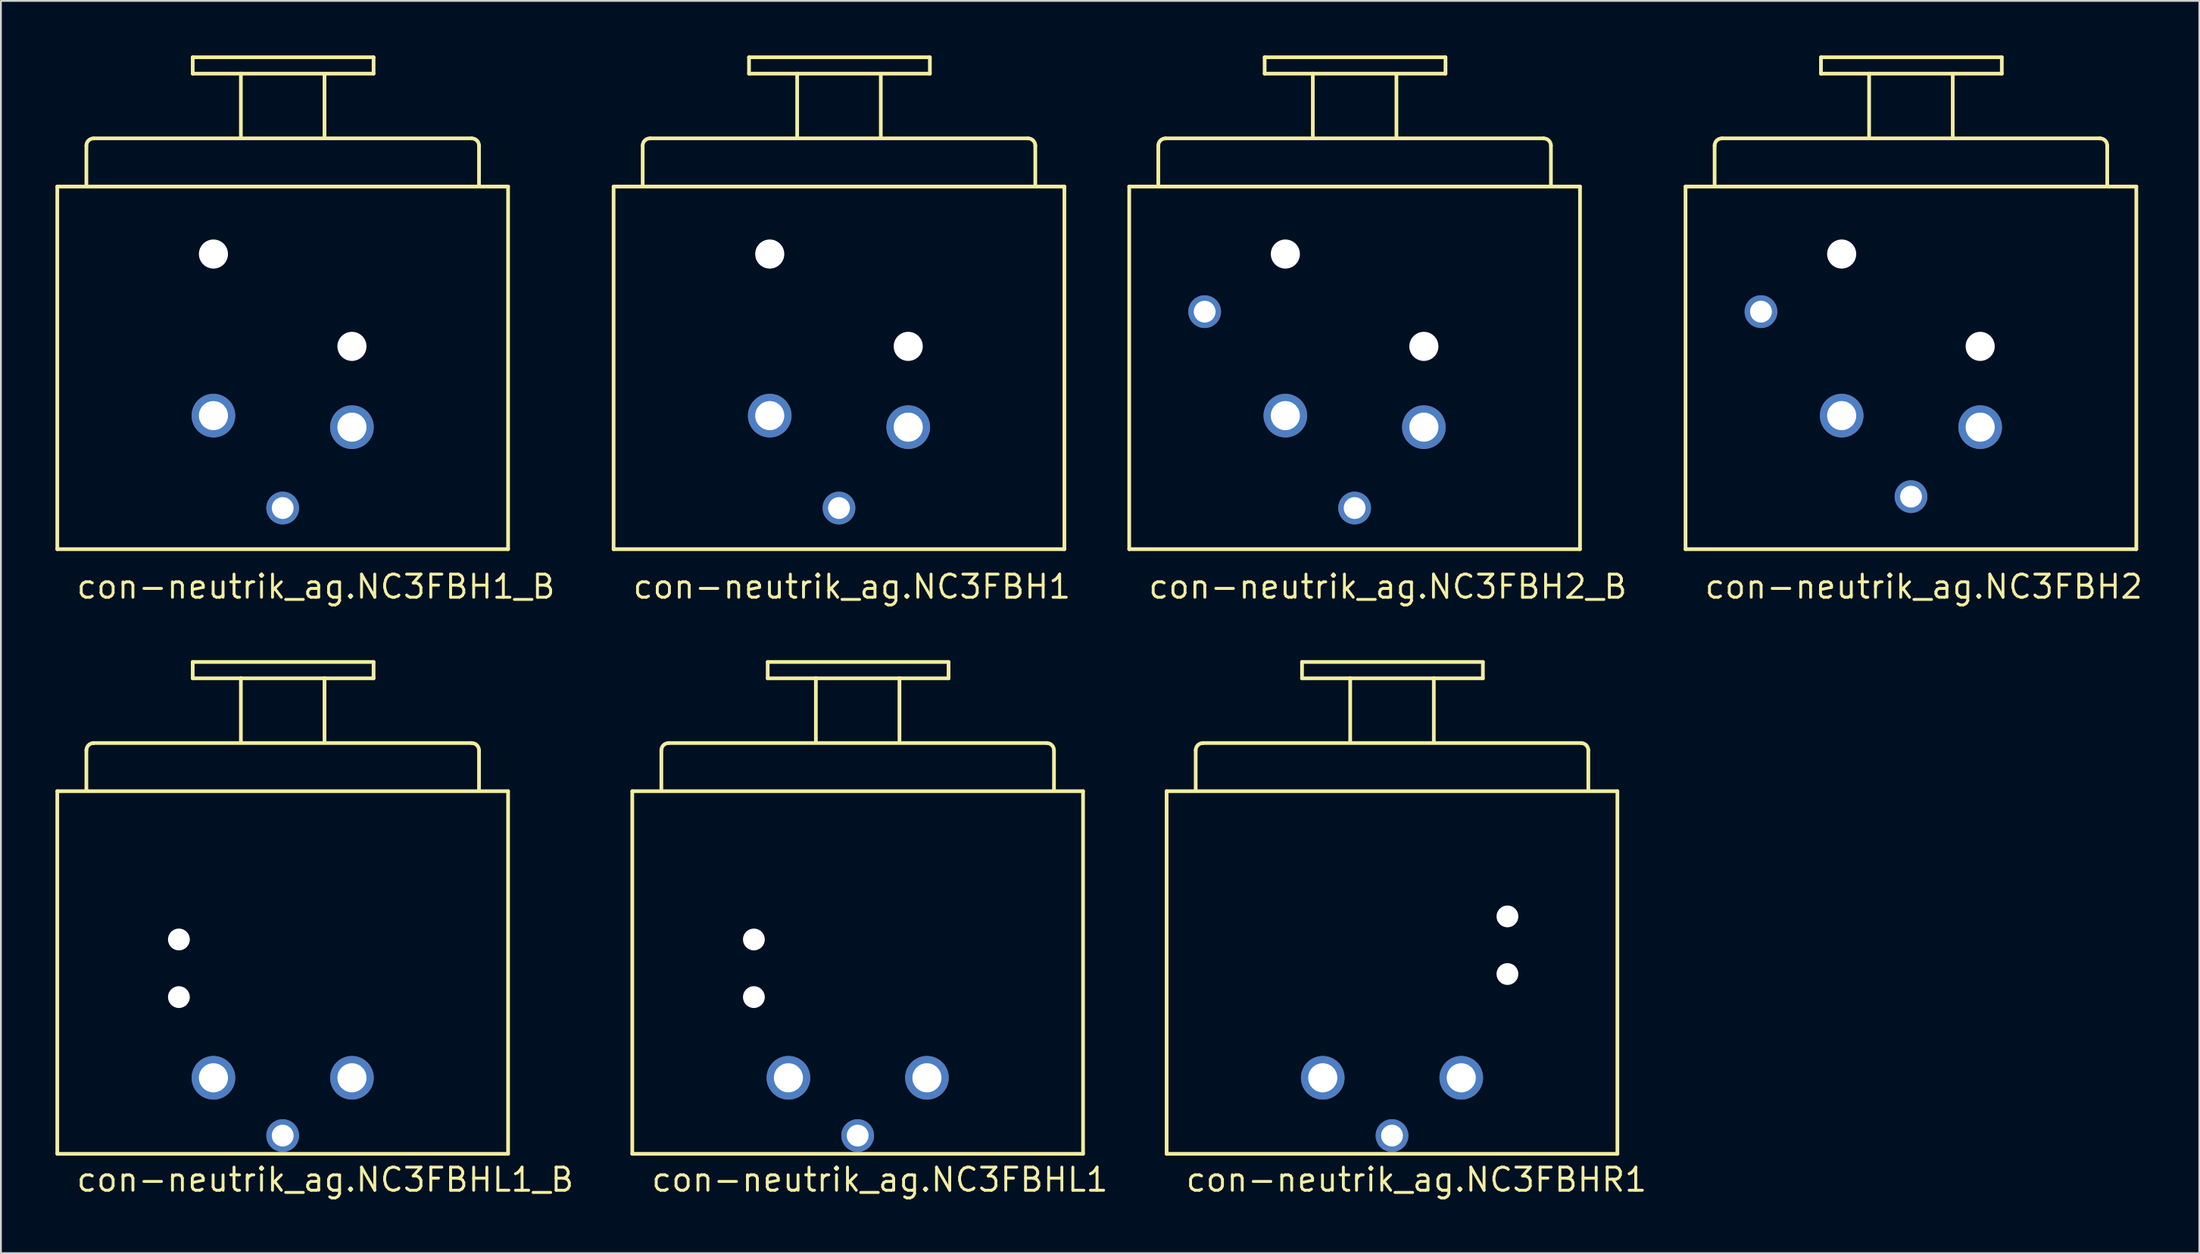
<source format=kicad_pcb>
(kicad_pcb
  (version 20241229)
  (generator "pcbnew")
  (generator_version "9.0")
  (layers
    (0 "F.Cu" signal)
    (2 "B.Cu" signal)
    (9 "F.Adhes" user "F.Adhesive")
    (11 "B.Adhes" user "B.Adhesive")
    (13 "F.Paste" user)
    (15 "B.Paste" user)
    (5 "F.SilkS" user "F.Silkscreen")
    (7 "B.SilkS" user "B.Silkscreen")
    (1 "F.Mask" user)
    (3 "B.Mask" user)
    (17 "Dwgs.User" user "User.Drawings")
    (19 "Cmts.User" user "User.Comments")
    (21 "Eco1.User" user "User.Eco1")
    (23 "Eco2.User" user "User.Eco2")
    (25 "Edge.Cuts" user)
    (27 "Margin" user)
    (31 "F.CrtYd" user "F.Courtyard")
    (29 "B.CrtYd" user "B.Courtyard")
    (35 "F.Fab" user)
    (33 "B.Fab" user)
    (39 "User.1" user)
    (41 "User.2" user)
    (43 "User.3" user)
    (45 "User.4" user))
  (footprint "con-neutrik_ag.NC3FBH2_B"
    (layer "F.Cu")
    (at 71.473 20.452)
    (property "Reference" "con-neutrik_ag.NC3FBH2_B" (at -11.43 9.52 0) (layer "F.SilkS") (effects (font (size 1.27 1.27) (thickness 0.16)) (justify left bottom)))
    (attr through_hole)
    (fp_line (start -12.4 -13.239) (end 12.4 -13.239) (stroke (width 0.203) (type default)) (layer "F.SilkS"))
    (fp_line (start -12.4 6.712) (end -12.4 -13.239) (stroke (width 0.203) (type default)) (layer "F.SilkS"))
    (fp_line (start -10.8 -13.338) (end -10.8 -15.489) (stroke (width 0.203) (type default)) (layer "F.SilkS"))
    (fp_line (start -10.4 -15.889) (end 10.4 -15.889) (stroke (width 0.203) (type default)) (layer "F.SilkS"))
    (fp_line (start -4.95 -20.35) (end 5 -20.35) (stroke (width 0.203) (type default)) (layer "F.SilkS"))
    (fp_line (start -4.95 -19.45) (end -4.95 -20.35) (stroke (width 0.203) (type default)) (layer "F.SilkS"))
    (fp_line (start -2.3 -19.45) (end -4.95 -19.45) (stroke (width 0.203) (type default)) (layer "F.SilkS"))
    (fp_line (start -2.3 -19.45) (end 2.25 -19.45) (stroke (width 0.203) (type default)) (layer "F.SilkS"))
    (fp_line (start -2.3 -16) (end -2.3 -19.45) (stroke (width 0.203) (type default)) (layer "F.SilkS"))
    (fp_line (start 2.3 -19.45) (end 2.3 -16) (stroke (width 0.203) (type default)) (layer "F.SilkS"))
    (fp_line (start 5 -20.35) (end 5 -19.45) (stroke (width 0.203) (type default)) (layer "F.SilkS"))
    (fp_line (start 5 -19.45) (end 2.3 -19.45) (stroke (width 0.203) (type default)) (layer "F.SilkS"))
    (fp_line (start 10.8 -15.489) (end 10.8 -13.338) (stroke (width 0.203) (type default)) (layer "F.SilkS"))
    (fp_line (start 12.4 -13.239) (end 12.4 6.712) (stroke (width 0.203) (type default)) (layer "F.SilkS"))
    (fp_line (start 12.4 6.712) (end -12.4 6.712) (stroke (width 0.203) (type default)) (layer "F.SilkS"))
    (fp_arc (start -10.8 -15.4885) (mid -10.682843 -15.771343) (end -10.4 -15.8885) (stroke (width 0.2032) (type default)) (layer "F.SilkS"))
    (fp_arc (start 10.4 -15.8885) (mid 10.682843 -15.771343) (end 10.8 -15.4885) (stroke (width 0.2032) (type default)) (layer "F.SilkS"))
    (pad "" np_thru_hole circle (at -3.81 -9.525) (size 1.6 1.6) (drill 1.6) (layers "*.Cu" "*.Mask"))
    (pad "" np_thru_hole circle (at 3.81 -4.445) (size 1.6 1.6) (drill 1.6) (layers "*.Cu" "*.Mask"))
    (pad "1" thru_hole circle (at -3.81 -0.635) (size 2.4 2.4) (drill 1.6) (layers "*.Cu" "*.Mask"))
    (pad "2" thru_hole circle (at 3.81 0) (size 2.4 2.4) (drill 1.6) (layers "*.Cu" "*.Mask"))
    (pad "3" thru_hole circle (at 0 4.45) (size 1.8 1.8) (drill 1.2) (layers "*.Cu" "*.Mask"))
    (pad "G" thru_hole circle (at -8.25 -6.355) (size 1.8 1.8) (drill 1.2) (layers "*.Cu" "*.Mask")))
  (footprint "con-neutrik_ag.NC3FBH2"
    (layer "F.Cu")
    (at 102.078 20.452)
    (property "Reference" "con-neutrik_ag.NC3FBH2" (at -11.43 9.52 0) (layer "F.SilkS") (effects (font (size 1.27 1.27) (thickness 0.16)) (justify left bottom)))
    (attr through_hole)
    (fp_line (start -12.4 -13.239) (end 12.4 -13.239) (stroke (width 0.203) (type default)) (layer "F.SilkS"))
    (fp_line (start -12.4 6.712) (end -12.4 -13.239) (stroke (width 0.203) (type default)) (layer "F.SilkS"))
    (fp_line (start -10.8 -13.338) (end -10.8 -15.489) (stroke (width 0.203) (type default)) (layer "F.SilkS"))
    (fp_line (start -10.4 -15.889) (end 10.4 -15.889) (stroke (width 0.203) (type default)) (layer "F.SilkS"))
    (fp_line (start -4.95 -20.35) (end 5 -20.35) (stroke (width 0.203) (type default)) (layer "F.SilkS"))
    (fp_line (start -4.95 -19.45) (end -4.95 -20.35) (stroke (width 0.203) (type default)) (layer "F.SilkS"))
    (fp_line (start -2.3 -19.45) (end -4.95 -19.45) (stroke (width 0.203) (type default)) (layer "F.SilkS"))
    (fp_line (start -2.3 -19.45) (end 2.25 -19.45) (stroke (width 0.203) (type default)) (layer "F.SilkS"))
    (fp_line (start -2.3 -16) (end -2.3 -19.45) (stroke (width 0.203) (type default)) (layer "F.SilkS"))
    (fp_line (start 2.3 -19.45) (end 2.3 -16) (stroke (width 0.203) (type default)) (layer "F.SilkS"))
    (fp_line (start 5 -20.35) (end 5 -19.45) (stroke (width 0.203) (type default)) (layer "F.SilkS"))
    (fp_line (start 5 -19.45) (end 2.3 -19.45) (stroke (width 0.203) (type default)) (layer "F.SilkS"))
    (fp_line (start 10.8 -15.489) (end 10.8 -13.338) (stroke (width 0.203) (type default)) (layer "F.SilkS"))
    (fp_line (start 12.4 -13.239) (end 12.4 6.712) (stroke (width 0.203) (type default)) (layer "F.SilkS"))
    (fp_line (start 12.4 6.712) (end -12.4 6.712) (stroke (width 0.203) (type default)) (layer "F.SilkS"))
    (fp_arc (start -10.8 -15.4885) (mid -10.682843 -15.771343) (end -10.4 -15.8885) (stroke (width 0.2032) (type default)) (layer "F.SilkS"))
    (fp_arc (start 10.4 -15.8885) (mid 10.682843 -15.771343) (end 10.8 -15.4885) (stroke (width 0.2032) (type default)) (layer "F.SilkS"))
    (pad "" np_thru_hole circle (at -3.81 -9.525) (size 1.6 1.6) (drill 1.6) (layers "*.Cu" "*.Mask"))
    (pad "" np_thru_hole circle (at 3.81 -4.445) (size 1.6 1.6) (drill 1.6) (layers "*.Cu" "*.Mask"))
    (pad "1" thru_hole circle (at -3.81 -0.635) (size 2.4 2.4) (drill 1.6) (layers "*.Cu" "*.Mask"))
    (pad "2" thru_hole circle (at 3.81 0) (size 2.4 2.4) (drill 1.6) (layers "*.Cu" "*.Mask"))
    (pad "3" thru_hole circle (at 0.004 3.822) (size 1.8 1.8) (drill 1.2) (layers "*.Cu" "*.Mask"))
    (pad "G" thru_hole circle (at -8.25 -6.355) (size 1.8 1.8) (drill 1.2) (layers "*.Cu" "*.Mask")))
  (footprint "con-neutrik_ag.NC3FBHL1_B"
    (layer "F.Cu")
    (at 12.502 59.429)
    (property "Reference" "con-neutrik_ag.NC3FBHL1_B" (at -11.43 3.17 0) (layer "F.SilkS") (effects (font (size 1.27 1.27) (thickness 0.16)) (justify left bottom)))
    (attr through_hole)
    (fp_line (start -12.4 -18.947) (end 12.4 -18.947) (stroke (width 0.203) (type default)) (layer "F.SilkS"))
    (fp_line (start -12.4 1.003) (end -12.4 -18.947) (stroke (width 0.203) (type default)) (layer "F.SilkS"))
    (fp_line (start -10.8 -19.047) (end -10.8 -21.197) (stroke (width 0.203) (type default)) (layer "F.SilkS"))
    (fp_line (start -10.4 -21.597) (end 10.4 -21.597) (stroke (width 0.203) (type default)) (layer "F.SilkS"))
    (fp_line (start -4.95 -26.058) (end 5 -26.058) (stroke (width 0.203) (type default)) (layer "F.SilkS"))
    (fp_line (start -4.95 -25.158) (end -4.95 -26.058) (stroke (width 0.203) (type default)) (layer "F.SilkS"))
    (fp_line (start -2.3 -25.158) (end -4.95 -25.158) (stroke (width 0.203) (type default)) (layer "F.SilkS"))
    (fp_line (start -2.3 -25.158) (end 2.25 -25.158) (stroke (width 0.203) (type default)) (layer "F.SilkS"))
    (fp_line (start -2.3 -21.708) (end -2.3 -25.158) (stroke (width 0.203) (type default)) (layer "F.SilkS"))
    (fp_line (start 2.3 -25.158) (end 2.3 -21.708) (stroke (width 0.203) (type default)) (layer "F.SilkS"))
    (fp_line (start 5 -26.058) (end 5 -25.158) (stroke (width 0.203) (type default)) (layer "F.SilkS"))
    (fp_line (start 5 -25.158) (end 2.3 -25.158) (stroke (width 0.203) (type default)) (layer "F.SilkS"))
    (fp_line (start 10.8 -21.197) (end 10.8 -19.047) (stroke (width 0.203) (type default)) (layer "F.SilkS"))
    (fp_line (start 12.4 -18.947) (end 12.4 1.003) (stroke (width 0.203) (type default)) (layer "F.SilkS"))
    (fp_line (start 12.4 1.003) (end -12.4 1.003) (stroke (width 0.203) (type default)) (layer "F.SilkS"))
    (fp_arc (start -10.8 -21.1969) (mid -10.682843 -21.479743) (end -10.4 -21.5969) (stroke (width 0.2032) (type default)) (layer "F.SilkS"))
    (fp_arc (start 10.4 -21.5969) (mid 10.682843 -21.479743) (end 10.8 -21.1969) (stroke (width 0.2032) (type default)) (layer "F.SilkS"))
    (pad "" np_thru_hole circle (at -5.71 -10.79) (size 1.2 1.2) (drill 1.2) (layers "*.Cu" "*.Mask"))
    (pad "" np_thru_hole circle (at -5.71 -7.62) (size 1.2 1.2) (drill 1.2) (layers "*.Cu" "*.Mask"))
    (pad "1+G" thru_hole circle (at 3.81 -3.18) (size 2.4 2.4) (drill 1.6) (layers "*.Cu" "*.Mask"))
    (pad "2" thru_hole circle (at 0 0) (size 1.8 1.8) (drill 1.2) (layers "*.Cu" "*.Mask"))
    (pad "3" thru_hole circle (at -3.81 -3.18) (size 2.4 2.4) (drill 1.6) (layers "*.Cu" "*.Mask")))
  (footprint "con-neutrik_ag.NC3FBHR1"
    (layer "F.Cu")
    (at 73.53 59.429)
    (property "Reference" "con-neutrik_ag.NC3FBHR1" (at -11.43 3.17 0) (layer "F.SilkS") (effects (font (size 1.27 1.27) (thickness 0.16)) (justify left bottom)))
    (attr through_hole)
    (fp_line (start -12.4 -18.947) (end 12.4 -18.947) (stroke (width 0.203) (type default)) (layer "F.SilkS"))
    (fp_line (start -12.4 1.003) (end -12.4 -18.947) (stroke (width 0.203) (type default)) (layer "F.SilkS"))
    (fp_line (start -10.8 -19.047) (end -10.8 -21.197) (stroke (width 0.203) (type default)) (layer "F.SilkS"))
    (fp_line (start -10.4 -21.597) (end 10.4 -21.597) (stroke (width 0.203) (type default)) (layer "F.SilkS"))
    (fp_line (start -4.95 -26.058) (end 5 -26.058) (stroke (width 0.203) (type default)) (layer "F.SilkS"))
    (fp_line (start -4.95 -25.158) (end -4.95 -26.058) (stroke (width 0.203) (type default)) (layer "F.SilkS"))
    (fp_line (start -2.3 -25.158) (end -4.95 -25.158) (stroke (width 0.203) (type default)) (layer "F.SilkS"))
    (fp_line (start -2.3 -25.158) (end 2.25 -25.158) (stroke (width 0.203) (type default)) (layer "F.SilkS"))
    (fp_line (start -2.3 -21.708) (end -2.3 -25.158) (stroke (width 0.203) (type default)) (layer "F.SilkS"))
    (fp_line (start 2.3 -25.158) (end 2.3 -21.708) (stroke (width 0.203) (type default)) (layer "F.SilkS"))
    (fp_line (start 5 -26.058) (end 5 -25.158) (stroke (width 0.203) (type default)) (layer "F.SilkS"))
    (fp_line (start 5 -25.158) (end 2.3 -25.158) (stroke (width 0.203) (type default)) (layer "F.SilkS"))
    (fp_line (start 10.8 -21.197) (end 10.8 -19.047) (stroke (width 0.203) (type default)) (layer "F.SilkS"))
    (fp_line (start 12.4 -18.947) (end 12.4 1.003) (stroke (width 0.203) (type default)) (layer "F.SilkS"))
    (fp_line (start 12.4 1.003) (end -12.4 1.003) (stroke (width 0.203) (type default)) (layer "F.SilkS"))
    (fp_arc (start -10.8 -21.1969) (mid -10.682843 -21.479743) (end -10.4 -21.5969) (stroke (width 0.2032) (type default)) (layer "F.SilkS"))
    (fp_arc (start 10.4 -21.5969) (mid 10.682843 -21.479743) (end 10.8 -21.1969) (stroke (width 0.2032) (type default)) (layer "F.SilkS"))
    (pad "" np_thru_hole circle (at 6.35 -12.06) (size 1.2 1.2) (drill 1.2) (layers "*.Cu" "*.Mask"))
    (pad "" np_thru_hole circle (at 6.35 -8.89) (size 1.2 1.2) (drill 1.2) (layers "*.Cu" "*.Mask"))
    (pad "1+G" thru_hole circle (at -3.81 -3.18) (size 2.4 2.4) (drill 1.6) (layers "*.Cu" "*.Mask"))
    (pad "2" thru_hole circle (at 0 0) (size 1.8 1.8) (drill 1.2) (layers "*.Cu" "*.Mask"))
    (pad "3" thru_hole circle (at 3.81 -3.18) (size 2.4 2.4) (drill 1.6) (layers "*.Cu" "*.Mask")))
  (footprint "con-neutrik_ag.NC3FBH1"
    (layer "F.Cu")
    (at 43.106 20.452)
    (property "Reference" "con-neutrik_ag.NC3FBH1" (at -11.43 9.52 0) (layer "F.SilkS") (effects (font (size 1.27 1.27) (thickness 0.16)) (justify left bottom)))
    (attr through_hole)
    (fp_line (start -12.4 -13.239) (end 12.4 -13.239) (stroke (width 0.203) (type default)) (layer "F.SilkS"))
    (fp_line (start -12.4 6.712) (end -12.4 -13.239) (stroke (width 0.203) (type default)) (layer "F.SilkS"))
    (fp_line (start -10.8 -13.338) (end -10.8 -15.489) (stroke (width 0.203) (type default)) (layer "F.SilkS"))
    (fp_line (start -10.4 -15.889) (end 10.4 -15.889) (stroke (width 0.203) (type default)) (layer "F.SilkS"))
    (fp_line (start -4.95 -20.35) (end 5 -20.35) (stroke (width 0.203) (type default)) (layer "F.SilkS"))
    (fp_line (start -4.95 -19.45) (end -4.95 -20.35) (stroke (width 0.203) (type default)) (layer "F.SilkS"))
    (fp_line (start -2.3 -19.45) (end -4.95 -19.45) (stroke (width 0.203) (type default)) (layer "F.SilkS"))
    (fp_line (start -2.3 -19.45) (end 2.25 -19.45) (stroke (width 0.203) (type default)) (layer "F.SilkS"))
    (fp_line (start -2.3 -16) (end -2.3 -19.45) (stroke (width 0.203) (type default)) (layer "F.SilkS"))
    (fp_line (start 2.3 -19.45) (end 2.3 -16) (stroke (width 0.203) (type default)) (layer "F.SilkS"))
    (fp_line (start 5 -20.35) (end 5 -19.45) (stroke (width 0.203) (type default)) (layer "F.SilkS"))
    (fp_line (start 5 -19.45) (end 2.3 -19.45) (stroke (width 0.203) (type default)) (layer "F.SilkS"))
    (fp_line (start 10.8 -15.489) (end 10.8 -13.338) (stroke (width 0.203) (type default)) (layer "F.SilkS"))
    (fp_line (start 12.4 -13.239) (end 12.4 6.712) (stroke (width 0.203) (type default)) (layer "F.SilkS"))
    (fp_line (start 12.4 6.712) (end -12.4 6.712) (stroke (width 0.203) (type default)) (layer "F.SilkS"))
    (fp_arc (start -10.8 -15.4885) (mid -10.682843 -15.771343) (end -10.4 -15.8885) (stroke (width 0.2032) (type default)) (layer "F.SilkS"))
    (fp_arc (start 10.4 -15.8885) (mid 10.682843 -15.771343) (end 10.8 -15.4885) (stroke (width 0.2032) (type default)) (layer "F.SilkS"))
    (pad "" np_thru_hole circle (at -3.81 -9.525) (size 1.6 1.6) (drill 1.6) (layers "*.Cu" "*.Mask"))
    (pad "" np_thru_hole circle (at 3.81 -4.445) (size 1.6 1.6) (drill 1.6) (layers "*.Cu" "*.Mask"))
    (pad "1+G" thru_hole circle (at -3.81 -0.635) (size 2.4 2.4) (drill 1.6) (layers "*.Cu" "*.Mask"))
    (pad "2" thru_hole circle (at 3.81 0) (size 2.4 2.4) (drill 1.6) (layers "*.Cu" "*.Mask"))
    (pad "3" thru_hole circle (at 0 4.45) (size 1.8 1.8) (drill 1.2) (layers "*.Cu" "*.Mask")))
  (footprint "con-neutrik_ag.NC3FBH1_B"
    (layer "F.Cu")
    (at 12.502 20.452)
    (property "Reference" "con-neutrik_ag.NC3FBH1_B" (at -11.43 9.52 0) (layer "F.SilkS") (effects (font (size 1.27 1.27) (thickness 0.16)) (justify left bottom)))
    (attr through_hole)
    (fp_line (start -12.4 -13.239) (end 12.4 -13.239) (stroke (width 0.203) (type default)) (layer "F.SilkS"))
    (fp_line (start -12.4 6.712) (end -12.4 -13.239) (stroke (width 0.203) (type default)) (layer "F.SilkS"))
    (fp_line (start -10.8 -13.338) (end -10.8 -15.489) (stroke (width 0.203) (type default)) (layer "F.SilkS"))
    (fp_line (start -10.4 -15.889) (end 10.4 -15.889) (stroke (width 0.203) (type default)) (layer "F.SilkS"))
    (fp_line (start -4.95 -20.35) (end 5 -20.35) (stroke (width 0.203) (type default)) (layer "F.SilkS"))
    (fp_line (start -4.95 -19.45) (end -4.95 -20.35) (stroke (width 0.203) (type default)) (layer "F.SilkS"))
    (fp_line (start -2.3 -19.45) (end -4.95 -19.45) (stroke (width 0.203) (type default)) (layer "F.SilkS"))
    (fp_line (start -2.3 -19.45) (end 2.25 -19.45) (stroke (width 0.203) (type default)) (layer "F.SilkS"))
    (fp_line (start -2.3 -16) (end -2.3 -19.45) (stroke (width 0.203) (type default)) (layer "F.SilkS"))
    (fp_line (start 2.3 -19.45) (end 2.3 -16) (stroke (width 0.203) (type default)) (layer "F.SilkS"))
    (fp_line (start 5 -20.35) (end 5 -19.45) (stroke (width 0.203) (type default)) (layer "F.SilkS"))
    (fp_line (start 5 -19.45) (end 2.3 -19.45) (stroke (width 0.203) (type default)) (layer "F.SilkS"))
    (fp_line (start 10.8 -15.489) (end 10.8 -13.338) (stroke (width 0.203) (type default)) (layer "F.SilkS"))
    (fp_line (start 12.4 -13.239) (end 12.4 6.712) (stroke (width 0.203) (type default)) (layer "F.SilkS"))
    (fp_line (start 12.4 6.712) (end -12.4 6.712) (stroke (width 0.203) (type default)) (layer "F.SilkS"))
    (fp_arc (start -10.8 -15.4885) (mid -10.682843 -15.771343) (end -10.4 -15.8885) (stroke (width 0.2032) (type default)) (layer "F.SilkS"))
    (fp_arc (start 10.4 -15.8885) (mid 10.682843 -15.771343) (end 10.8 -15.4885) (stroke (width 0.2032) (type default)) (layer "F.SilkS"))
    (pad "" np_thru_hole circle (at -3.81 -9.525) (size 1.6 1.6) (drill 1.6) (layers "*.Cu" "*.Mask"))
    (pad "" np_thru_hole circle (at 3.81 -4.445) (size 1.6 1.6) (drill 1.6) (layers "*.Cu" "*.Mask"))
    (pad "1+G" thru_hole circle (at -3.81 -0.635) (size 2.4 2.4) (drill 1.6) (layers "*.Cu" "*.Mask"))
    (pad "2" thru_hole circle (at 3.81 0) (size 2.4 2.4) (drill 1.6) (layers "*.Cu" "*.Mask"))
    (pad "3" thru_hole circle (at 0 4.45) (size 1.8 1.8) (drill 1.2) (layers "*.Cu" "*.Mask")))
  (footprint "con-neutrik_ag.NC3FBHL1"
    (layer "F.Cu")
    (at 44.134 59.429)
    (property "Reference" "con-neutrik_ag.NC3FBHL1" (at -11.43 3.17 0) (layer "F.SilkS") (effects (font (size 1.27 1.27) (thickness 0.16)) (justify left bottom)))
    (attr through_hole)
    (fp_line (start -12.4 -18.947) (end 12.4 -18.947) (stroke (width 0.203) (type default)) (layer "F.SilkS"))
    (fp_line (start -12.4 1.003) (end -12.4 -18.947) (stroke (width 0.203) (type default)) (layer "F.SilkS"))
    (fp_line (start -10.8 -19.047) (end -10.8 -21.197) (stroke (width 0.203) (type default)) (layer "F.SilkS"))
    (fp_line (start -10.4 -21.597) (end 10.4 -21.597) (stroke (width 0.203) (type default)) (layer "F.SilkS"))
    (fp_line (start -4.95 -26.058) (end 5 -26.058) (stroke (width 0.203) (type default)) (layer "F.SilkS"))
    (fp_line (start -4.95 -25.158) (end -4.95 -26.058) (stroke (width 0.203) (type default)) (layer "F.SilkS"))
    (fp_line (start -2.3 -25.158) (end -4.95 -25.158) (stroke (width 0.203) (type default)) (layer "F.SilkS"))
    (fp_line (start -2.3 -25.158) (end 2.25 -25.158) (stroke (width 0.203) (type default)) (layer "F.SilkS"))
    (fp_line (start -2.3 -21.708) (end -2.3 -25.158) (stroke (width 0.203) (type default)) (layer "F.SilkS"))
    (fp_line (start 2.3 -25.158) (end 2.3 -21.708) (stroke (width 0.203) (type default)) (layer "F.SilkS"))
    (fp_line (start 5 -26.058) (end 5 -25.158) (stroke (width 0.203) (type default)) (layer "F.SilkS"))
    (fp_line (start 5 -25.158) (end 2.3 -25.158) (stroke (width 0.203) (type default)) (layer "F.SilkS"))
    (fp_line (start 10.8 -21.197) (end 10.8 -19.047) (stroke (width 0.203) (type default)) (layer "F.SilkS"))
    (fp_line (start 12.4 -18.947) (end 12.4 1.003) (stroke (width 0.203) (type default)) (layer "F.SilkS"))
    (fp_line (start 12.4 1.003) (end -12.4 1.003) (stroke (width 0.203) (type default)) (layer "F.SilkS"))
    (fp_arc (start -10.8 -21.1969) (mid -10.682843 -21.479743) (end -10.4 -21.5969) (stroke (width 0.2032) (type default)) (layer "F.SilkS"))
    (fp_arc (start 10.4 -21.5969) (mid 10.682843 -21.479743) (end 10.8 -21.1969) (stroke (width 0.2032) (type default)) (layer "F.SilkS"))
    (pad "" np_thru_hole circle (at -5.71 -10.79) (size 1.2 1.2) (drill 1.2) (layers "*.Cu" "*.Mask"))
    (pad "" np_thru_hole circle (at -5.71 -7.62) (size 1.2 1.2) (drill 1.2) (layers "*.Cu" "*.Mask"))
    (pad "1+G" thru_hole circle (at 3.81 -3.18) (size 2.4 2.4) (drill 1.6) (layers "*.Cu" "*.Mask"))
    (pad "2" thru_hole circle (at 0 0) (size 1.8 1.8) (drill 1.2) (layers "*.Cu" "*.Mask"))
    (pad "3" thru_hole circle (at -3.81 -3.18) (size 2.4 2.4) (drill 1.6) (layers "*.Cu" "*.Mask")))
  (gr_rect
    (start -3 -3)
    (end 117.944 65.897)
    (stroke (width 0.1) (type default))
    (fill no)
    (layer "Edge.Cuts")))
</source>
